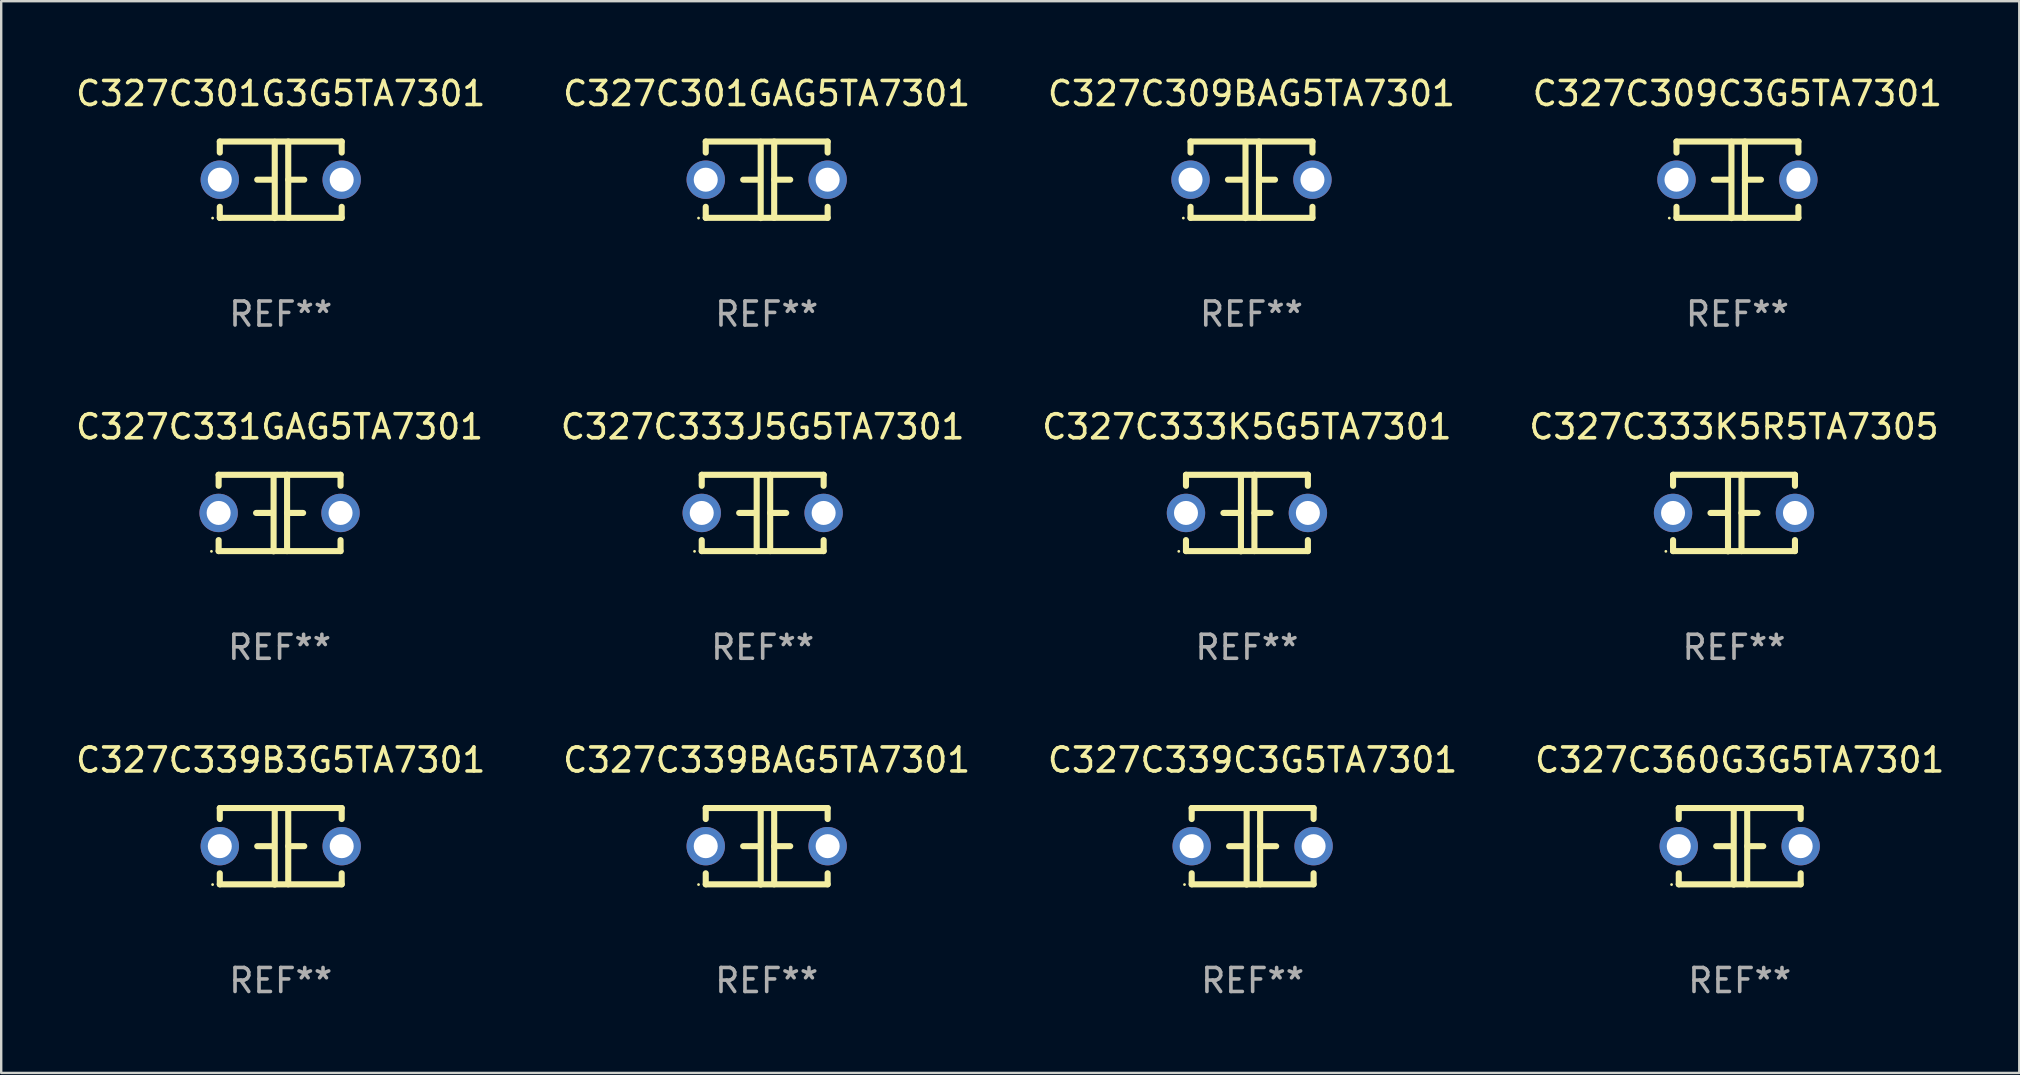
<source format=kicad_pcb>
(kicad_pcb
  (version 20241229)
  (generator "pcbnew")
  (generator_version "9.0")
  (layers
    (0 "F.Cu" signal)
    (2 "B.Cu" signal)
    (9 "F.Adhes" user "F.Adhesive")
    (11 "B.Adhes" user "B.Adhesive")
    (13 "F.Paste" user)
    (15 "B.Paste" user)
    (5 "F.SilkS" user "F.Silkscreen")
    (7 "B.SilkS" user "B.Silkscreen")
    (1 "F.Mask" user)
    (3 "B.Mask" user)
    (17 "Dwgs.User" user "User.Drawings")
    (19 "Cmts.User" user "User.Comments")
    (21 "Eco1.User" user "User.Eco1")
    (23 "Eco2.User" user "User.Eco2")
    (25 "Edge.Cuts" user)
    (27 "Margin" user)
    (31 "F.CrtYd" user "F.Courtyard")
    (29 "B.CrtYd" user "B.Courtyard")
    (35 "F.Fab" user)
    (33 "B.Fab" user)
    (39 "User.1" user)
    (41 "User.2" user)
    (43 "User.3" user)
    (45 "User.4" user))
  (footprint "C327C301G3G5TA7301"
    (layer "F.Cu")
    (at 8.649 4.443)
    (property "Reference" "C327C301G3G5TA7301" (at 0 -3.595 0) (layer "F.SilkS") (effects (font (size 1 1) (thickness 0.15))))
    (attr through_hole)
    (fp_line (start -2.54 -1.595) (end -2.54 -1.136) (stroke (width 0.254) (type solid)) (layer "F.SilkS"))
    (fp_line (start -2.54 -1.595) (end 2.54 -1.595) (stroke (width 0.254) (type solid)) (layer "F.SilkS"))
    (fp_line (start -2.54 1.126) (end -2.54 1.585) (stroke (width 0.254) (type solid)) (layer "F.SilkS"))
    (fp_line (start -0.312 -0.005) (end -0.98 -0.005) (stroke (width 0.254) (type solid)) (layer "F.SilkS"))
    (fp_line (start -0.25 -1.585) (end -0.25 1.595) (stroke (width 0.254) (type solid)) (layer "F.SilkS"))
    (fp_line (start 0.312 -1.595) (end 0.312 1.585) (stroke (width 0.254) (type solid)) (layer "F.SilkS"))
    (fp_line (start 0.312 -0.005) (end 0.98 -0.005) (stroke (width 0.254) (type solid)) (layer "F.SilkS"))
    (fp_line (start 2.54 -1.595) (end 2.54 -1.136) (stroke (width 0.254) (type solid)) (layer "F.SilkS"))
    (fp_line (start 2.54 1.126) (end 2.54 1.585) (stroke (width 0.254) (type solid)) (layer "F.SilkS"))
    (fp_line (start 2.54 1.585) (end -2.54 1.585) (stroke (width 0.254) (type solid)) (layer "F.SilkS"))
    (fp_circle (center -2.84 1.595) (end -2.81 1.595) (stroke (width 0.06) (type solid)) (fill no) (layer "F.SilkS"))
    (fp_text user "REF**" (at 0 5.595 0) (layer "F.Fab") (effects (font (size 1 1) (thickness 0.15))))
    (pad "1" thru_hole circle (at -2.54 -0.005) (size 1.6 1.6) (drill 1) (layers "*.Cu" "*.Mask"))
    (pad "2" thru_hole circle (at 2.54 -0.005) (size 1.6 1.6) (drill 1) (layers "*.Cu" "*.Mask")))
  (footprint "C327C309C3G5TA7301"
    (layer "F.Cu")
    (at 69.351 4.443)
    (property "Reference" "C327C309C3G5TA7301" (at 0 -3.595 0) (layer "F.SilkS") (effects (font (size 1 1) (thickness 0.15))))
    (attr through_hole)
    (fp_line (start -2.54 -1.595) (end -2.54 -1.136) (stroke (width 0.254) (type solid)) (layer "F.SilkS"))
    (fp_line (start -2.54 -1.595) (end 2.54 -1.595) (stroke (width 0.254) (type solid)) (layer "F.SilkS"))
    (fp_line (start -2.54 1.126) (end -2.54 1.585) (stroke (width 0.254) (type solid)) (layer "F.SilkS"))
    (fp_line (start -0.312 -0.005) (end -0.98 -0.005) (stroke (width 0.254) (type solid)) (layer "F.SilkS"))
    (fp_line (start -0.25 -1.585) (end -0.25 1.595) (stroke (width 0.254) (type solid)) (layer "F.SilkS"))
    (fp_line (start 0.312 -1.595) (end 0.312 1.585) (stroke (width 0.254) (type solid)) (layer "F.SilkS"))
    (fp_line (start 0.312 -0.005) (end 0.98 -0.005) (stroke (width 0.254) (type solid)) (layer "F.SilkS"))
    (fp_line (start 2.54 -1.595) (end 2.54 -1.136) (stroke (width 0.254) (type solid)) (layer "F.SilkS"))
    (fp_line (start 2.54 1.126) (end 2.54 1.585) (stroke (width 0.254) (type solid)) (layer "F.SilkS"))
    (fp_line (start 2.54 1.585) (end -2.54 1.585) (stroke (width 0.254) (type solid)) (layer "F.SilkS"))
    (fp_circle (center -2.84 1.595) (end -2.81 1.595) (stroke (width 0.06) (type solid)) (fill no) (layer "F.SilkS"))
    (fp_text user "REF**" (at 0 5.595 0) (layer "F.Fab") (effects (font (size 1 1) (thickness 0.15))))
    (pad "1" thru_hole circle (at -2.54 -0.005) (size 1.6 1.6) (drill 1) (layers "*.Cu" "*.Mask"))
    (pad "2" thru_hole circle (at 2.54 -0.005) (size 1.6 1.6) (drill 1) (layers "*.Cu" "*.Mask")))
  (footprint "C327C301GAG5TA7301"
    (layer "F.Cu")
    (at 28.899 4.443)
    (property "Reference" "C327C301GAG5TA7301" (at 0 -3.595 0) (layer "F.SilkS") (effects (font (size 1 1) (thickness 0.15))))
    (attr through_hole)
    (fp_line (start -2.54 -1.595) (end -2.54 -1.136) (stroke (width 0.254) (type solid)) (layer "F.SilkS"))
    (fp_line (start -2.54 -1.595) (end 2.54 -1.595) (stroke (width 0.254) (type solid)) (layer "F.SilkS"))
    (fp_line (start -2.54 1.126) (end -2.54 1.585) (stroke (width 0.254) (type solid)) (layer "F.SilkS"))
    (fp_line (start -0.312 -0.005) (end -0.98 -0.005) (stroke (width 0.254) (type solid)) (layer "F.SilkS"))
    (fp_line (start -0.25 -1.585) (end -0.25 1.595) (stroke (width 0.254) (type solid)) (layer "F.SilkS"))
    (fp_line (start 0.312 -1.595) (end 0.312 1.585) (stroke (width 0.254) (type solid)) (layer "F.SilkS"))
    (fp_line (start 0.312 -0.005) (end 0.98 -0.005) (stroke (width 0.254) (type solid)) (layer "F.SilkS"))
    (fp_line (start 2.54 -1.595) (end 2.54 -1.136) (stroke (width 0.254) (type solid)) (layer "F.SilkS"))
    (fp_line (start 2.54 1.126) (end 2.54 1.585) (stroke (width 0.254) (type solid)) (layer "F.SilkS"))
    (fp_line (start 2.54 1.585) (end -2.54 1.585) (stroke (width 0.254) (type solid)) (layer "F.SilkS"))
    (fp_circle (center -2.84 1.595) (end -2.81 1.595) (stroke (width 0.06) (type solid)) (fill no) (layer "F.SilkS"))
    (fp_text user "REF**" (at 0 5.595 0) (layer "F.Fab") (effects (font (size 1 1) (thickness 0.15))))
    (pad "1" thru_hole circle (at -2.54 -0.005) (size 1.6 1.6) (drill 1) (layers "*.Cu" "*.Mask"))
    (pad "2" thru_hole circle (at 2.54 -0.005) (size 1.6 1.6) (drill 1) (layers "*.Cu" "*.Mask")))
  (footprint "C327C333K5R5TA7305"
    (layer "F.Cu")
    (at 69.208 18.33)
    (property "Reference" "C327C333K5R5TA7305" (at 0 -3.595 0) (layer "F.SilkS") (effects (font (size 1 1) (thickness 0.15))))
    (attr through_hole)
    (fp_line (start -2.54 -1.595) (end -2.54 -1.136) (stroke (width 0.254) (type solid)) (layer "F.SilkS"))
    (fp_line (start -2.54 -1.595) (end 2.54 -1.595) (stroke (width 0.254) (type solid)) (layer "F.SilkS"))
    (fp_line (start -2.54 1.126) (end -2.54 1.585) (stroke (width 0.254) (type solid)) (layer "F.SilkS"))
    (fp_line (start -0.312 -0.005) (end -0.98 -0.005) (stroke (width 0.254) (type solid)) (layer "F.SilkS"))
    (fp_line (start -0.25 -1.585) (end -0.25 1.595) (stroke (width 0.254) (type solid)) (layer "F.SilkS"))
    (fp_line (start 0.312 -1.595) (end 0.312 1.585) (stroke (width 0.254) (type solid)) (layer "F.SilkS"))
    (fp_line (start 0.312 -0.005) (end 0.98 -0.005) (stroke (width 0.254) (type solid)) (layer "F.SilkS"))
    (fp_line (start 2.54 -1.595) (end 2.54 -1.136) (stroke (width 0.254) (type solid)) (layer "F.SilkS"))
    (fp_line (start 2.54 1.126) (end 2.54 1.585) (stroke (width 0.254) (type solid)) (layer "F.SilkS"))
    (fp_line (start 2.54 1.585) (end -2.54 1.585) (stroke (width 0.254) (type solid)) (layer "F.SilkS"))
    (fp_circle (center -2.84 1.595) (end -2.81 1.595) (stroke (width 0.06) (type solid)) (fill no) (layer "F.SilkS"))
    (fp_text user "REF**" (at 0 5.595 0) (layer "F.Fab") (effects (font (size 1 1) (thickness 0.15))))
    (pad "1" thru_hole circle (at -2.54 -0.005) (size 1.6 1.6) (drill 1) (layers "*.Cu" "*.Mask"))
    (pad "2" thru_hole circle (at 2.54 -0.005) (size 1.6 1.6) (drill 1) (layers "*.Cu" "*.Mask")))
  (footprint "C327C333J5G5TA7301"
    (layer "F.Cu")
    (at 28.732 18.33)
    (property "Reference" "C327C333J5G5TA7301" (at 0 -3.595 0) (layer "F.SilkS") (effects (font (size 1 1) (thickness 0.15))))
    (attr through_hole)
    (fp_line (start -2.54 -1.595) (end -2.54 -1.136) (stroke (width 0.254) (type solid)) (layer "F.SilkS"))
    (fp_line (start -2.54 -1.595) (end 2.54 -1.595) (stroke (width 0.254) (type solid)) (layer "F.SilkS"))
    (fp_line (start -2.54 1.126) (end -2.54 1.585) (stroke (width 0.254) (type solid)) (layer "F.SilkS"))
    (fp_line (start -0.312 -0.005) (end -0.98 -0.005) (stroke (width 0.254) (type solid)) (layer "F.SilkS"))
    (fp_line (start -0.25 -1.585) (end -0.25 1.595) (stroke (width 0.254) (type solid)) (layer "F.SilkS"))
    (fp_line (start 0.312 -1.595) (end 0.312 1.585) (stroke (width 0.254) (type solid)) (layer "F.SilkS"))
    (fp_line (start 0.312 -0.005) (end 0.98 -0.005) (stroke (width 0.254) (type solid)) (layer "F.SilkS"))
    (fp_line (start 2.54 -1.595) (end 2.54 -1.136) (stroke (width 0.254) (type solid)) (layer "F.SilkS"))
    (fp_line (start 2.54 1.126) (end 2.54 1.585) (stroke (width 0.254) (type solid)) (layer "F.SilkS"))
    (fp_line (start 2.54 1.585) (end -2.54 1.585) (stroke (width 0.254) (type solid)) (layer "F.SilkS"))
    (fp_circle (center -2.84 1.595) (end -2.81 1.595) (stroke (width 0.06) (type solid)) (fill no) (layer "F.SilkS"))
    (fp_text user "REF**" (at 0 5.595 0) (layer "F.Fab") (effects (font (size 1 1) (thickness 0.15))))
    (pad "1" thru_hole circle (at -2.54 -0.005) (size 1.6 1.6) (drill 1) (layers "*.Cu" "*.Mask"))
    (pad "2" thru_hole circle (at 2.54 -0.005) (size 1.6 1.6) (drill 1) (layers "*.Cu" "*.Mask")))
  (footprint "C327C331GAG5TA7301"
    (layer "F.Cu")
    (at 8.601 18.33)
    (property "Reference" "C327C331GAG5TA7301" (at 0 -3.595 0) (layer "F.SilkS") (effects (font (size 1 1) (thickness 0.15))))
    (attr through_hole)
    (fp_line (start -2.54 -1.595) (end -2.54 -1.136) (stroke (width 0.254) (type solid)) (layer "F.SilkS"))
    (fp_line (start -2.54 -1.595) (end 2.54 -1.595) (stroke (width 0.254) (type solid)) (layer "F.SilkS"))
    (fp_line (start -2.54 1.126) (end -2.54 1.585) (stroke (width 0.254) (type solid)) (layer "F.SilkS"))
    (fp_line (start -0.312 -0.005) (end -0.98 -0.005) (stroke (width 0.254) (type solid)) (layer "F.SilkS"))
    (fp_line (start -0.25 -1.585) (end -0.25 1.595) (stroke (width 0.254) (type solid)) (layer "F.SilkS"))
    (fp_line (start 0.312 -1.595) (end 0.312 1.585) (stroke (width 0.254) (type solid)) (layer "F.SilkS"))
    (fp_line (start 0.312 -0.005) (end 0.98 -0.005) (stroke (width 0.254) (type solid)) (layer "F.SilkS"))
    (fp_line (start 2.54 -1.595) (end 2.54 -1.136) (stroke (width 0.254) (type solid)) (layer "F.SilkS"))
    (fp_line (start 2.54 1.126) (end 2.54 1.585) (stroke (width 0.254) (type solid)) (layer "F.SilkS"))
    (fp_line (start 2.54 1.585) (end -2.54 1.585) (stroke (width 0.254) (type solid)) (layer "F.SilkS"))
    (fp_circle (center -2.84 1.595) (end -2.81 1.595) (stroke (width 0.06) (type solid)) (fill no) (layer "F.SilkS"))
    (fp_text user "REF**" (at 0 5.595 0) (layer "F.Fab") (effects (font (size 1 1) (thickness 0.15))))
    (pad "1" thru_hole circle (at -2.54 -0.005) (size 1.6 1.6) (drill 1) (layers "*.Cu" "*.Mask"))
    (pad "2" thru_hole circle (at 2.54 -0.005) (size 1.6 1.6) (drill 1) (layers "*.Cu" "*.Mask")))
  (footprint "C327C309BAG5TA7301"
    (layer "F.Cu")
    (at 49.101 4.443)
    (property "Reference" "C327C309BAG5TA7301" (at 0 -3.595 0) (layer "F.SilkS") (effects (font (size 1 1) (thickness 0.15))))
    (attr through_hole)
    (fp_line (start -2.54 -1.595) (end -2.54 -1.136) (stroke (width 0.254) (type solid)) (layer "F.SilkS"))
    (fp_line (start -2.54 -1.595) (end 2.54 -1.595) (stroke (width 0.254) (type solid)) (layer "F.SilkS"))
    (fp_line (start -2.54 1.126) (end -2.54 1.585) (stroke (width 0.254) (type solid)) (layer "F.SilkS"))
    (fp_line (start -0.312 -0.005) (end -0.98 -0.005) (stroke (width 0.254) (type solid)) (layer "F.SilkS"))
    (fp_line (start -0.25 -1.585) (end -0.25 1.595) (stroke (width 0.254) (type solid)) (layer "F.SilkS"))
    (fp_line (start 0.312 -1.595) (end 0.312 1.585) (stroke (width 0.254) (type solid)) (layer "F.SilkS"))
    (fp_line (start 0.312 -0.005) (end 0.98 -0.005) (stroke (width 0.254) (type solid)) (layer "F.SilkS"))
    (fp_line (start 2.54 -1.595) (end 2.54 -1.136) (stroke (width 0.254) (type solid)) (layer "F.SilkS"))
    (fp_line (start 2.54 1.126) (end 2.54 1.585) (stroke (width 0.254) (type solid)) (layer "F.SilkS"))
    (fp_line (start 2.54 1.585) (end -2.54 1.585) (stroke (width 0.254) (type solid)) (layer "F.SilkS"))
    (fp_circle (center -2.84 1.595) (end -2.81 1.595) (stroke (width 0.06) (type solid)) (fill no) (layer "F.SilkS"))
    (fp_text user "REF**" (at 0 5.595 0) (layer "F.Fab") (effects (font (size 1 1) (thickness 0.15))))
    (pad "1" thru_hole circle (at -2.54 -0.005) (size 1.6 1.6) (drill 1) (layers "*.Cu" "*.Mask"))
    (pad "2" thru_hole circle (at 2.54 -0.005) (size 1.6 1.6) (drill 1) (layers "*.Cu" "*.Mask")))
  (footprint "C327C339B3G5TA7301"
    (layer "F.Cu")
    (at 8.649 32.216)
    (property "Reference" "C327C339B3G5TA7301" (at 0 -3.595 0) (layer "F.SilkS") (effects (font (size 1 1) (thickness 0.15))))
    (attr through_hole)
    (fp_line (start -2.54 -1.595) (end -2.54 -1.136) (stroke (width 0.254) (type solid)) (layer "F.SilkS"))
    (fp_line (start -2.54 -1.595) (end 2.54 -1.595) (stroke (width 0.254) (type solid)) (layer "F.SilkS"))
    (fp_line (start -2.54 1.126) (end -2.54 1.585) (stroke (width 0.254) (type solid)) (layer "F.SilkS"))
    (fp_line (start -0.312 -0.005) (end -0.98 -0.005) (stroke (width 0.254) (type solid)) (layer "F.SilkS"))
    (fp_line (start -0.25 -1.585) (end -0.25 1.595) (stroke (width 0.254) (type solid)) (layer "F.SilkS"))
    (fp_line (start 0.312 -1.595) (end 0.312 1.585) (stroke (width 0.254) (type solid)) (layer "F.SilkS"))
    (fp_line (start 0.312 -0.005) (end 0.98 -0.005) (stroke (width 0.254) (type solid)) (layer "F.SilkS"))
    (fp_line (start 2.54 -1.595) (end 2.54 -1.136) (stroke (width 0.254) (type solid)) (layer "F.SilkS"))
    (fp_line (start 2.54 1.126) (end 2.54 1.585) (stroke (width 0.254) (type solid)) (layer "F.SilkS"))
    (fp_line (start 2.54 1.585) (end -2.54 1.585) (stroke (width 0.254) (type solid)) (layer "F.SilkS"))
    (fp_circle (center -2.84 1.595) (end -2.81 1.595) (stroke (width 0.06) (type solid)) (fill no) (layer "F.SilkS"))
    (fp_text user "REF**" (at 0 5.595 0) (layer "F.Fab") (effects (font (size 1 1) (thickness 0.15))))
    (pad "1" thru_hole circle (at -2.54 -0.005) (size 1.6 1.6) (drill 1) (layers "*.Cu" "*.Mask"))
    (pad "2" thru_hole circle (at 2.54 -0.005) (size 1.6 1.6) (drill 1) (layers "*.Cu" "*.Mask")))
  (footprint "C327C333K5G5TA7301"
    (layer "F.Cu")
    (at 48.911 18.33)
    (property "Reference" "C327C333K5G5TA7301" (at 0 -3.595 0) (layer "F.SilkS") (effects (font (size 1 1) (thickness 0.15))))
    (attr through_hole)
    (fp_line (start -2.54 -1.595) (end -2.54 -1.136) (stroke (width 0.254) (type solid)) (layer "F.SilkS"))
    (fp_line (start -2.54 -1.595) (end 2.54 -1.595) (stroke (width 0.254) (type solid)) (layer "F.SilkS"))
    (fp_line (start -2.54 1.126) (end -2.54 1.585) (stroke (width 0.254) (type solid)) (layer "F.SilkS"))
    (fp_line (start -0.312 -0.005) (end -0.98 -0.005) (stroke (width 0.254) (type solid)) (layer "F.SilkS"))
    (fp_line (start -0.25 -1.585) (end -0.25 1.595) (stroke (width 0.254) (type solid)) (layer "F.SilkS"))
    (fp_line (start 0.312 -1.595) (end 0.312 1.585) (stroke (width 0.254) (type solid)) (layer "F.SilkS"))
    (fp_line (start 0.312 -0.005) (end 0.98 -0.005) (stroke (width 0.254) (type solid)) (layer "F.SilkS"))
    (fp_line (start 2.54 -1.595) (end 2.54 -1.136) (stroke (width 0.254) (type solid)) (layer "F.SilkS"))
    (fp_line (start 2.54 1.126) (end 2.54 1.585) (stroke (width 0.254) (type solid)) (layer "F.SilkS"))
    (fp_line (start 2.54 1.585) (end -2.54 1.585) (stroke (width 0.254) (type solid)) (layer "F.SilkS"))
    (fp_circle (center -2.84 1.595) (end -2.81 1.595) (stroke (width 0.06) (type solid)) (fill no) (layer "F.SilkS"))
    (fp_text user "REF**" (at 0 5.595 0) (layer "F.Fab") (effects (font (size 1 1) (thickness 0.15))))
    (pad "1" thru_hole circle (at -2.54 -0.005) (size 1.6 1.6) (drill 1) (layers "*.Cu" "*.Mask"))
    (pad "2" thru_hole circle (at 2.54 -0.005) (size 1.6 1.6) (drill 1) (layers "*.Cu" "*.Mask")))
  (footprint "C327C339BAG5TA7301"
    (layer "F.Cu")
    (at 28.899 32.216)
    (property "Reference" "C327C339BAG5TA7301" (at 0 -3.595 0) (layer "F.SilkS") (effects (font (size 1 1) (thickness 0.15))))
    (attr through_hole)
    (fp_line (start -2.54 -1.595) (end -2.54 -1.136) (stroke (width 0.254) (type solid)) (layer "F.SilkS"))
    (fp_line (start -2.54 -1.595) (end 2.54 -1.595) (stroke (width 0.254) (type solid)) (layer "F.SilkS"))
    (fp_line (start -2.54 1.126) (end -2.54 1.585) (stroke (width 0.254) (type solid)) (layer "F.SilkS"))
    (fp_line (start -0.312 -0.005) (end -0.98 -0.005) (stroke (width 0.254) (type solid)) (layer "F.SilkS"))
    (fp_line (start -0.25 -1.585) (end -0.25 1.595) (stroke (width 0.254) (type solid)) (layer "F.SilkS"))
    (fp_line (start 0.312 -1.595) (end 0.312 1.585) (stroke (width 0.254) (type solid)) (layer "F.SilkS"))
    (fp_line (start 0.312 -0.005) (end 0.98 -0.005) (stroke (width 0.254) (type solid)) (layer "F.SilkS"))
    (fp_line (start 2.54 -1.595) (end 2.54 -1.136) (stroke (width 0.254) (type solid)) (layer "F.SilkS"))
    (fp_line (start 2.54 1.126) (end 2.54 1.585) (stroke (width 0.254) (type solid)) (layer "F.SilkS"))
    (fp_line (start 2.54 1.585) (end -2.54 1.585) (stroke (width 0.254) (type solid)) (layer "F.SilkS"))
    (fp_circle (center -2.84 1.595) (end -2.81 1.595) (stroke (width 0.06) (type solid)) (fill no) (layer "F.SilkS"))
    (fp_text user "REF**" (at 0 5.595 0) (layer "F.Fab") (effects (font (size 1 1) (thickness 0.15))))
    (pad "1" thru_hole circle (at -2.54 -0.005) (size 1.6 1.6) (drill 1) (layers "*.Cu" "*.Mask"))
    (pad "2" thru_hole circle (at 2.54 -0.005) (size 1.6 1.6) (drill 1) (layers "*.Cu" "*.Mask")))
  (footprint "C327C360G3G5TA7301"
    (layer "F.Cu")
    (at 69.446 32.216)
    (property "Reference" "C327C360G3G5TA7301" (at 0 -3.595 0) (layer "F.SilkS") (effects (font (size 1 1) (thickness 0.15))))
    (attr through_hole)
    (fp_line (start -2.54 -1.595) (end -2.54 -1.136) (stroke (width 0.254) (type solid)) (layer "F.SilkS"))
    (fp_line (start -2.54 -1.595) (end 2.54 -1.595) (stroke (width 0.254) (type solid)) (layer "F.SilkS"))
    (fp_line (start -2.54 1.126) (end -2.54 1.585) (stroke (width 0.254) (type solid)) (layer "F.SilkS"))
    (fp_line (start -0.312 -0.005) (end -0.98 -0.005) (stroke (width 0.254) (type solid)) (layer "F.SilkS"))
    (fp_line (start -0.25 -1.585) (end -0.25 1.595) (stroke (width 0.254) (type solid)) (layer "F.SilkS"))
    (fp_line (start 0.312 -1.595) (end 0.312 1.585) (stroke (width 0.254) (type solid)) (layer "F.SilkS"))
    (fp_line (start 0.312 -0.005) (end 0.98 -0.005) (stroke (width 0.254) (type solid)) (layer "F.SilkS"))
    (fp_line (start 2.54 -1.595) (end 2.54 -1.136) (stroke (width 0.254) (type solid)) (layer "F.SilkS"))
    (fp_line (start 2.54 1.126) (end 2.54 1.585) (stroke (width 0.254) (type solid)) (layer "F.SilkS"))
    (fp_line (start 2.54 1.585) (end -2.54 1.585) (stroke (width 0.254) (type solid)) (layer "F.SilkS"))
    (fp_circle (center -2.84 1.595) (end -2.81 1.595) (stroke (width 0.06) (type solid)) (fill no) (layer "F.SilkS"))
    (fp_text user "REF**" (at 0 5.595 0) (layer "F.Fab") (effects (font (size 1 1) (thickness 0.15))))
    (pad "1" thru_hole circle (at -2.54 -0.005) (size 1.6 1.6) (drill 1) (layers "*.Cu" "*.Mask"))
    (pad "2" thru_hole circle (at 2.54 -0.005) (size 1.6 1.6) (drill 1) (layers "*.Cu" "*.Mask")))
  (footprint "C327C339C3G5TA7301"
    (layer "F.Cu")
    (at 49.149 32.216)
    (property "Reference" "C327C339C3G5TA7301" (at 0 -3.595 0) (layer "F.SilkS") (effects (font (size 1 1) (thickness 0.15))))
    (attr through_hole)
    (fp_line (start -2.54 -1.595) (end -2.54 -1.136) (stroke (width 0.254) (type solid)) (layer "F.SilkS"))
    (fp_line (start -2.54 -1.595) (end 2.54 -1.595) (stroke (width 0.254) (type solid)) (layer "F.SilkS"))
    (fp_line (start -2.54 1.126) (end -2.54 1.585) (stroke (width 0.254) (type solid)) (layer "F.SilkS"))
    (fp_line (start -0.312 -0.005) (end -0.98 -0.005) (stroke (width 0.254) (type solid)) (layer "F.SilkS"))
    (fp_line (start -0.25 -1.585) (end -0.25 1.595) (stroke (width 0.254) (type solid)) (layer "F.SilkS"))
    (fp_line (start 0.312 -1.595) (end 0.312 1.585) (stroke (width 0.254) (type solid)) (layer "F.SilkS"))
    (fp_line (start 0.312 -0.005) (end 0.98 -0.005) (stroke (width 0.254) (type solid)) (layer "F.SilkS"))
    (fp_line (start 2.54 -1.595) (end 2.54 -1.136) (stroke (width 0.254) (type solid)) (layer "F.SilkS"))
    (fp_line (start 2.54 1.126) (end 2.54 1.585) (stroke (width 0.254) (type solid)) (layer "F.SilkS"))
    (fp_line (start 2.54 1.585) (end -2.54 1.585) (stroke (width 0.254) (type solid)) (layer "F.SilkS"))
    (fp_circle (center -2.84 1.595) (end -2.81 1.595) (stroke (width 0.06) (type solid)) (fill no) (layer "F.SilkS"))
    (fp_text user "REF**" (at 0 5.595 0) (layer "F.Fab") (effects (font (size 1 1) (thickness 0.15))))
    (pad "1" thru_hole circle (at -2.54 -0.005) (size 1.6 1.6) (drill 1) (layers "*.Cu" "*.Mask"))
    (pad "2" thru_hole circle (at 2.54 -0.005) (size 1.6 1.6) (drill 1) (layers "*.Cu" "*.Mask")))
  (gr_rect
    (start -3 -3)
    (end 81.095 41.659)
    (stroke (width 0.1) (type default))
    (fill no)
    (layer "Edge.Cuts")))
</source>
